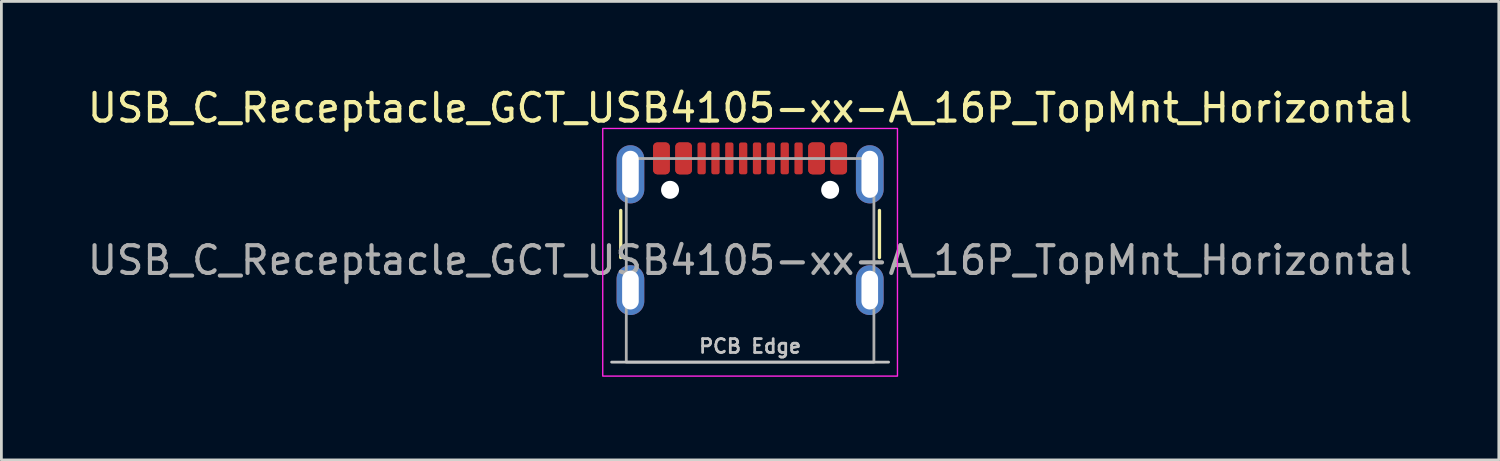
<source format=kicad_pcb>
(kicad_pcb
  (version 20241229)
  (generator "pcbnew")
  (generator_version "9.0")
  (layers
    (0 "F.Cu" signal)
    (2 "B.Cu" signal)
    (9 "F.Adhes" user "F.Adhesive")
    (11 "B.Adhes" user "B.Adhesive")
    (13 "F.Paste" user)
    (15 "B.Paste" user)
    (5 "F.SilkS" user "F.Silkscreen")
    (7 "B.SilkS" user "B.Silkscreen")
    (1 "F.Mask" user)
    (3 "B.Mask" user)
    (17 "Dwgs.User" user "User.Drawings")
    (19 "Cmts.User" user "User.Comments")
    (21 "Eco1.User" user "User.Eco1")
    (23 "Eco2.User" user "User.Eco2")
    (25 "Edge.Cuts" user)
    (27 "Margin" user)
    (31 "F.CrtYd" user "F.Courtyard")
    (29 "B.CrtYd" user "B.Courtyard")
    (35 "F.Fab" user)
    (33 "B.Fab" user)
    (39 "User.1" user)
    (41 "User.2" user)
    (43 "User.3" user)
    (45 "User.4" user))
  (footprint "USB_C_Receptacle_GCT_USB4105-xx-A_16P_TopMnt_Horizontal"
    (layer "F.Cu")
    (at 24.03 6.348)
    (property "Reference" "USB_C_Receptacle_GCT_USB4105-xx-A_16P_TopMnt_Horizontal" (at 0 -5.5 0) (unlocked yes) (layer "F.SilkS") (effects (font (size 1 1) (thickness 0.15))))
    (attr smd)
    (fp_line (start -4.67 -0.1) (end -4.67 -1.8) (stroke (width 0.12) (type solid)) (layer "F.SilkS"))
    (fp_line (start 4.67 -0.1) (end 4.67 -1.8) (stroke (width 0.12) (type solid)) (layer "F.SilkS"))
    (fp_line (start 5 3.675) (end -5 3.675) (stroke (width 0.1) (type solid)) (layer "Dwgs.User"))
    (fp_rect (start -5.32 -4.76) (end 5.32 4.18) (stroke (width 0.05) (type solid)) (fill no) (layer "F.CrtYd"))
    (fp_rect (start -4.47 -3.675) (end 4.47 3.675) (stroke (width 0.1) (type solid)) (fill no) (layer "F.Fab"))
    (fp_text user "PCB Edge" (at 0 3.1 0) (unlocked yes) (layer "Dwgs.User") (effects (font (size 0.5 0.5) (thickness 0.1))))
    (fp_text user "${REFERENCE}" (at 0 0 0) (unlocked yes) (layer "F.Fab") (effects (font (size 1 1) (thickness 0.15))))
    (pad "" np_thru_hole circle (at -2.89 -2.545) (size 0.65 0.65) (drill 0.65) (layers "*.Cu" "*.Mask"))
    (pad "" np_thru_hole circle (at 2.89 -2.545) (size 0.65 0.65) (drill 0.65) (layers "*.Cu" "*.Mask"))
    (pad "A1" smd roundrect (at -3.2 -3.68) (size 0.6 1.15) (layers "F.Cu" "F.Mask" "F.Paste") (roundrect_rratio 0.25))
    (pad "A4" smd roundrect (at -2.4 -3.68) (size 0.6 1.15) (layers "F.Cu" "F.Mask" "F.Paste") (roundrect_rratio 0.25))
    (pad "A5" smd roundrect (at -1.25 -3.68) (size 0.3 1.15) (layers "F.Cu" "F.Mask" "F.Paste") (roundrect_rratio 0.25))
    (pad "A6" smd roundrect (at -0.25 -3.68) (size 0.3 1.15) (layers "F.Cu" "F.Mask" "F.Paste") (roundrect_rratio 0.25))
    (pad "A7" smd roundrect (at 0.25 -3.68) (size 0.3 1.15) (layers "F.Cu" "F.Mask" "F.Paste") (roundrect_rratio 0.25))
    (pad "A8" smd roundrect (at 1.25 -3.68) (size 0.3 1.15) (layers "F.Cu" "F.Mask" "F.Paste") (roundrect_rratio 0.25))
    (pad "A9" smd roundrect (at 2.4 -3.68) (size 0.6 1.15) (layers "F.Cu" "F.Mask" "F.Paste") (roundrect_rratio 0.25))
    (pad "A12" smd roundrect (at 3.2 -3.68) (size 0.6 1.15) (layers "F.Cu" "F.Mask" "F.Paste") (roundrect_rratio 0.25))
    (pad "B1" smd roundrect (at 3.2 -3.68) (size 0.6 1.15) (layers "F.Cu" "F.Mask" "F.Paste") (roundrect_rratio 0.25))
    (pad "B4" smd roundrect (at 2.4 -3.68) (size 0.6 1.15) (layers "F.Cu" "F.Mask" "F.Paste") (roundrect_rratio 0.25))
    (pad "B5" smd roundrect (at 1.75 -3.68) (size 0.3 1.15) (layers "F.Cu" "F.Mask" "F.Paste") (roundrect_rratio 0.25))
    (pad "B6" smd roundrect (at 0.75 -3.68) (size 0.3 1.15) (layers "F.Cu" "F.Mask" "F.Paste") (roundrect_rratio 0.25))
    (pad "B7" smd roundrect (at -0.75 -3.68) (size 0.3 1.15) (layers "F.Cu" "F.Mask" "F.Paste") (roundrect_rratio 0.25))
    (pad "B8" smd roundrect (at -1.75 -3.68) (size 0.3 1.15) (layers "F.Cu" "F.Mask" "F.Paste") (roundrect_rratio 0.25))
    (pad "B9" smd roundrect (at -2.4 -3.68) (size 0.6 1.15) (layers "F.Cu" "F.Mask" "F.Paste") (roundrect_rratio 0.25))
    (pad "B12" smd roundrect (at -3.2 -3.68) (size 0.6 1.15) (layers "F.Cu" "F.Mask" "F.Paste") (roundrect_rratio 0.25))
    (pad "S1" thru_hole oval (at -4.32 -3.105) (size 1 2.1) (drill oval 0.6 1.7) (layers "*.Cu" "*.Mask" "F.Paste"))
    (pad "S1" thru_hole oval (at -4.32 1.075) (size 1 1.8) (drill oval 0.6 1.4) (layers "*.Cu" "*.Mask" "F.Paste"))
    (pad "S1" thru_hole oval (at 4.32 -3.105) (size 1 2.1) (drill oval 0.6 1.7) (layers "*.Cu" "*.Mask" "F.Paste"))
    (pad "S1" thru_hole oval (at 4.32 1.075) (size 1 1.8) (drill oval 0.6 1.4) (layers "*.Cu" "*.Mask" "F.Paste")))
  (gr_rect
    (start -3 -3)
    (end 51.06 13.553)
    (stroke (width 0.1) (type default))
    (fill no)
    (layer "Edge.Cuts")))
</source>
